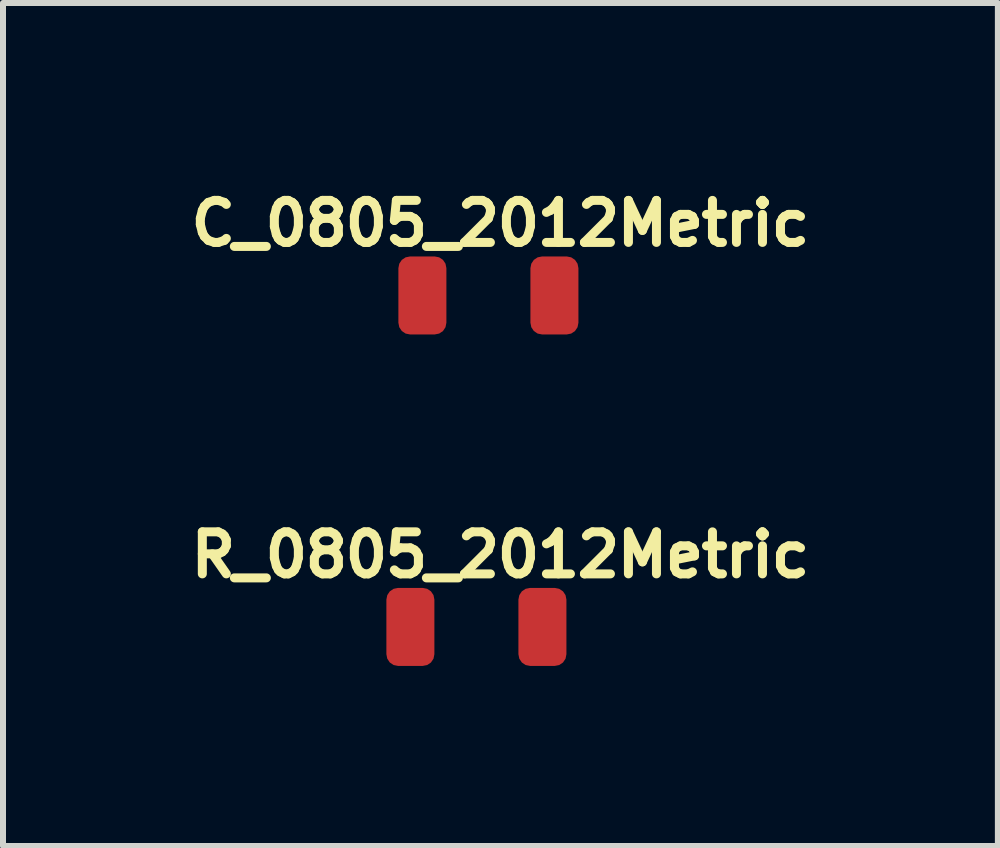
<source format=kicad_pcb>
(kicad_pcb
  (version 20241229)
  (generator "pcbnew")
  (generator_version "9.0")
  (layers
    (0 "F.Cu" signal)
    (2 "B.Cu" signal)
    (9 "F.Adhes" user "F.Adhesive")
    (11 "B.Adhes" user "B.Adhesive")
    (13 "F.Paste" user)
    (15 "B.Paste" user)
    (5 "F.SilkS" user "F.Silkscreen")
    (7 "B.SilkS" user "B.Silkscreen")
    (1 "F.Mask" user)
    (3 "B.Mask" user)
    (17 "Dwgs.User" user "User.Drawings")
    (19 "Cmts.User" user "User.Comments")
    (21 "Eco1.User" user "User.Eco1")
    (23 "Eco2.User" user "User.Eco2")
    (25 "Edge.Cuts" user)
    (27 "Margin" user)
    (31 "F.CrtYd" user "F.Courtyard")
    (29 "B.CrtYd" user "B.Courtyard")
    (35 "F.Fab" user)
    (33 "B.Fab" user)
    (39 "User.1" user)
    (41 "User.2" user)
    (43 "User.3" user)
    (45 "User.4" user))
  (footprint "R_0805_2012Metric"
    (layer "F.Cu")
    (at 4.888 7.396)
    (property "Reference" "R_0805_2012Metric" (at 0.4 -1.2 0) (layer "F.SilkS") (effects (font (size 0.7 0.7) (thickness 0.15))))
    (attr smd)
    (pad "1" smd roundrect (at -1.1 0) (size 0.8 1.3) (layers "F.Cu" "F.Mask" "F.Paste") (roundrect_rratio 0.244))
    (pad "2" smd roundrect (at 1.1 0) (size 0.8 1.3) (layers "F.Cu" "F.Mask" "F.Paste") (roundrect_rratio 0.244)))
  (footprint "C_0805_2012Metric"
    (layer "F.Cu")
    (at 5.088 1.873)
    (property "Reference" "C_0805_2012Metric" (at 0.2 -1.2 0) (layer "F.SilkS") (effects (font (size 0.7 0.7) (thickness 0.15))))
    (attr smd)
    (pad "1" smd roundrect (at -1.1 0) (size 0.8 1.3) (layers "F.Cu" "F.Mask" "F.Paste") (roundrect_rratio 0.244))
    (pad "2" smd roundrect (at 1.1 0) (size 0.8 1.3) (layers "F.Cu" "F.Mask" "F.Paste") (roundrect_rratio 0.244)))
  (gr_rect
    (start -3 -3)
    (end 13.577 11.046)
    (stroke (width 0.1) (type default))
    (fill no)
    (layer "Edge.Cuts")))
</source>
